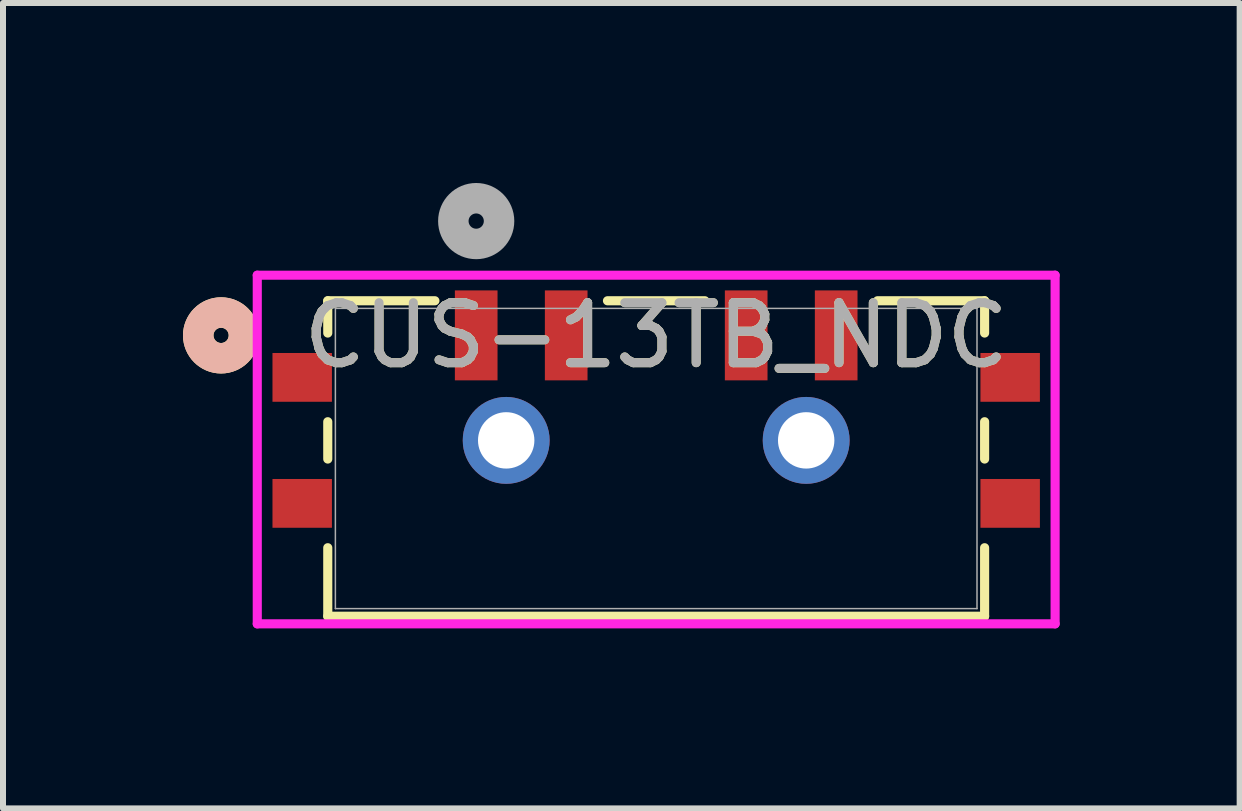
<source format=kicad_pcb>
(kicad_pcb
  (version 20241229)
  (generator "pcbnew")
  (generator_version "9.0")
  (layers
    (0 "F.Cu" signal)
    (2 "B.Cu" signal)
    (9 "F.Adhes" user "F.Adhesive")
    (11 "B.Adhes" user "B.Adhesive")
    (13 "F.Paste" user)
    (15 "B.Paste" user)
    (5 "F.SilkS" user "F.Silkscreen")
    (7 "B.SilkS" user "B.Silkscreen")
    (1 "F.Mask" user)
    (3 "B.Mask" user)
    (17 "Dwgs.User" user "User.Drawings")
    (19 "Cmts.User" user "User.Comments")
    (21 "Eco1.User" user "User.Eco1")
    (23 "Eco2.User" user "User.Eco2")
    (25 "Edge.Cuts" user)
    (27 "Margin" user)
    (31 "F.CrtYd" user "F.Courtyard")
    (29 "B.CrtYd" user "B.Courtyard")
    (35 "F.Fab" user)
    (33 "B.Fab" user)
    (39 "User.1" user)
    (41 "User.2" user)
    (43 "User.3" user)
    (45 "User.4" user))
  (footprint "CUS-13TB_NDC"
    (layer "F.Cu")
    (at 7.887 4.592)
    (property "Reference" "CUS-13TB_NDC" (at 0 -2.052 0) (unlocked yes) (layer "F.SilkS") (effects (font (size 1 1) (thickness 0.15))))
    (attr smd)
    (fp_line (start -5.474 -2.629) (end -5.474 -2.091) (stroke (width 0.152) (type solid)) (layer "F.SilkS"))
    (fp_line (start -5.474 -0.613) (end -5.474 0.009) (stroke (width 0.152) (type solid)) (layer "F.SilkS"))
    (fp_line (start -5.474 1.487) (end -5.474 2.629) (stroke (width 0.152) (type solid)) (layer "F.SilkS"))
    (fp_line (start -5.474 2.629) (end 5.474 2.629) (stroke (width 0.152) (type solid)) (layer "F.SilkS"))
    (fp_line (start -3.688 -2.629) (end -5.474 -2.629) (stroke (width 0.152) (type solid)) (layer "F.SilkS"))
    (fp_line (start 0.812 -2.629) (end -0.812 -2.629) (stroke (width 0.152) (type solid)) (layer "F.SilkS"))
    (fp_line (start 5.474 -2.629) (end 3.688 -2.629) (stroke (width 0.152) (type solid)) (layer "F.SilkS"))
    (fp_line (start 5.474 -2.091) (end 5.474 -2.629) (stroke (width 0.152) (type solid)) (layer "F.SilkS"))
    (fp_line (start 5.474 0.009) (end 5.474 -0.613) (stroke (width 0.152) (type solid)) (layer "F.SilkS"))
    (fp_line (start 5.474 2.629) (end 5.474 1.487) (stroke (width 0.152) (type solid)) (layer "F.SilkS"))
    (fp_circle (center -7.252 -2.052) (end -6.871 -2.052) (stroke (width 0.508) (type solid)) (fill no) (layer "F.SilkS"))
    (fp_circle (center -7.252 -2.052) (end -6.871 -2.052) (stroke (width 0.508) (type solid)) (fill no) (layer "B.SilkS"))
    (fp_line (start -6.649 -3.055) (end -6.649 2.756) (stroke (width 0.152) (type solid)) (layer "F.CrtYd"))
    (fp_line (start -6.649 2.756) (end 6.649 2.756) (stroke (width 0.152) (type solid)) (layer "F.CrtYd"))
    (fp_line (start 6.649 -3.055) (end -6.649 -3.055) (stroke (width 0.152) (type solid)) (layer "F.CrtYd"))
    (fp_line (start 6.649 2.756) (end 6.649 -3.055) (stroke (width 0.152) (type solid)) (layer "F.CrtYd"))
    (fp_line (start -5.347 -2.502) (end -5.347 2.502) (stroke (width 0.025) (type solid)) (layer "F.Fab"))
    (fp_line (start -5.347 2.502) (end 5.347 2.502) (stroke (width 0.025) (type solid)) (layer "F.Fab"))
    (fp_line (start 5.347 -2.502) (end -5.347 -2.502) (stroke (width 0.025) (type solid)) (layer "F.Fab"))
    (fp_line (start 5.347 2.502) (end 5.347 -2.502) (stroke (width 0.025) (type solid)) (layer "F.Fab"))
    (fp_circle (center -3 -3.957) (end -2.619 -3.957) (stroke (width 0.508) (type solid)) (fill no) (layer "F.Fab"))
    (fp_text user "${REFERENCE}" (at 0 -2.052 0) (unlocked yes) (layer "F.Fab") (effects (font (size 1 1) (thickness 0.15))))
    (pad "1" smd rect (at -3 -2.052) (size 0.711 1.499) (layers "F.Cu" "F.Mask" "F.Paste"))
    (pad "2" smd rect (at -1.5 -2.052) (size 0.711 1.499) (layers "F.Cu" "F.Mask" "F.Paste"))
    (pad "3" smd rect (at 1.5 -2.052) (size 0.711 1.499) (layers "F.Cu" "F.Mask" "F.Paste"))
    (pad "4" smd rect (at 3 -2.052) (size 0.711 1.499) (layers "F.Cu" "F.Mask" "F.Paste"))
    (pad "5" smd rect (at -5.9 -1.352) (size 0.991 0.813) (layers "F.Cu" "F.Mask" "F.Paste"))
    (pad "6" smd rect (at 5.9 -1.352) (size 0.991 0.813) (layers "F.Cu" "F.Mask" "F.Paste"))
    (pad "7" smd rect (at -5.9 0.748) (size 0.991 0.813) (layers "F.Cu" "F.Mask" "F.Paste"))
    (pad "8" smd rect (at 5.9 0.748) (size 0.991 0.813) (layers "F.Cu" "F.Mask" "F.Paste"))
    (pad "9" thru_hole circle (at -2.5 -0.302) (size 1.448 1.448) (drill 0.94) (layers "*.Cu" "*.Mask"))
    (pad "10" thru_hole circle (at 2.5 -0.302) (size 1.448 1.448) (drill 0.94) (layers "*.Cu" "*.Mask")))
  (gr_rect
    (start -3 -3)
    (end 17.612 10.424)
    (stroke (width 0.1) (type default))
    (fill no)
    (layer "Edge.Cuts")))
</source>
